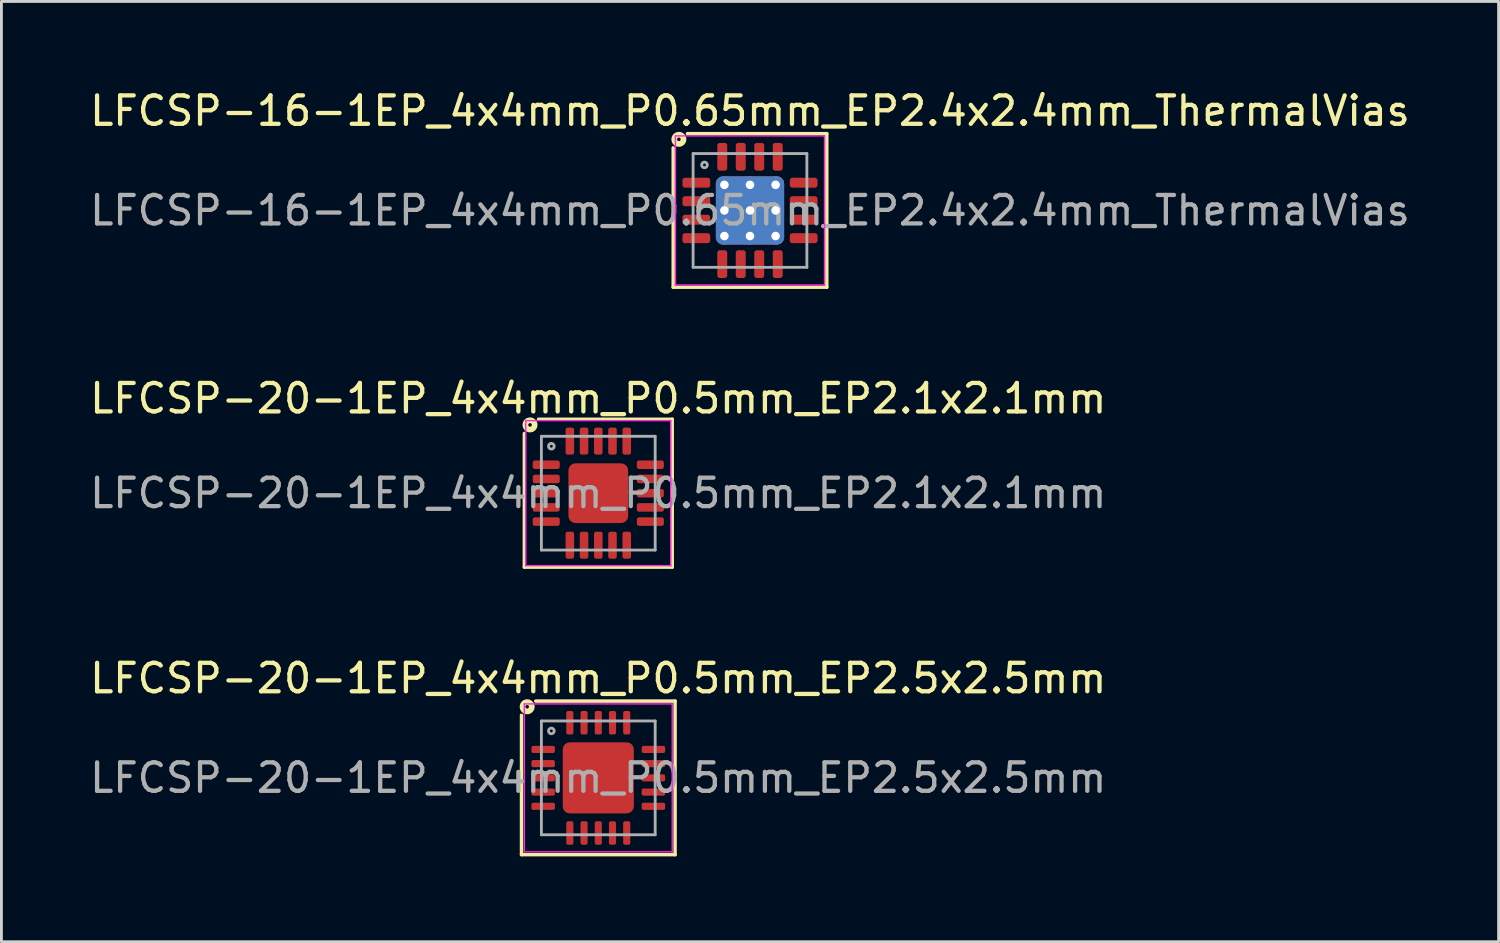
<source format=kicad_pcb>
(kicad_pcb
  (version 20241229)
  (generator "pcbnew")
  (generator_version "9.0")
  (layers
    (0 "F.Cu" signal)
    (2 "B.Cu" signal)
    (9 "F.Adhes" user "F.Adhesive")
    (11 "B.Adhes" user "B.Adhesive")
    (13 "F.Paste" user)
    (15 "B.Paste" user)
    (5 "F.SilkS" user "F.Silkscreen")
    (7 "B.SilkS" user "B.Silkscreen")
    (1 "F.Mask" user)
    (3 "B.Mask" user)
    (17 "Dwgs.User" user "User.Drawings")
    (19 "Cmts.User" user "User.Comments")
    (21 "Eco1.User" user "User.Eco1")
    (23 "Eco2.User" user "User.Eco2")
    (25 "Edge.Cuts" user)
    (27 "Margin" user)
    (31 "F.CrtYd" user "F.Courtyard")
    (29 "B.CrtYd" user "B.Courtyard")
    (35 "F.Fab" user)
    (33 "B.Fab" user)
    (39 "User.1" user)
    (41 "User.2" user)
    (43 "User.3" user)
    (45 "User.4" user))
  (footprint "LFCSP-20-1EP_4x4mm_P0.5mm_EP2.5x2.5mm"
    (layer "F.Cu")
    (at 17.982 24.295)
    (property "Reference" "LFCSP-20-1EP_4x4mm_P0.5mm_EP2.5x2.5mm" (at 0 -3.5 0) (layer "F.SilkS") (effects (font (size 1 1) (thickness 0.15))))
    (attr smd)
    (fp_line (start -2.7 2.7) (end -2.7 -2.2) (stroke (width 0.12) (type solid)) (layer "F.SilkS"))
    (fp_line (start 2.7 -2.7) (end -2.2 -2.7) (stroke (width 0.12) (type solid)) (layer "F.SilkS"))
    (fp_line (start 2.7 -2.7) (end 2.7 2.7) (stroke (width 0.12) (type solid)) (layer "F.SilkS"))
    (fp_line (start 2.7 2.7) (end -2.7 2.7) (stroke (width 0.12) (type solid)) (layer "F.SilkS"))
    (fp_circle (center -2.5 -2.5) (end -2.437 -2.5) (stroke (width 0.2) (type solid)) (fill no) (layer "F.SilkS"))
    (fp_line (start -2.6 -2.6) (end -2.6 2.6) (stroke (width 0.05) (type solid)) (layer "F.CrtYd"))
    (fp_line (start -2.6 2.6) (end 2.6 2.6) (stroke (width 0.05) (type solid)) (layer "F.CrtYd"))
    (fp_line (start 2.6 -2.6) (end -2.6 -2.6) (stroke (width 0.05) (type solid)) (layer "F.CrtYd"))
    (fp_line (start 2.6 2.6) (end 2.6 -2.6) (stroke (width 0.05) (type solid)) (layer "F.CrtYd"))
    (fp_line (start -2 -2) (end 2 -2) (stroke (width 0.1) (type solid)) (layer "F.Fab"))
    (fp_line (start -2 2) (end -2 -2) (stroke (width 0.1) (type solid)) (layer "F.Fab"))
    (fp_line (start 2 -2) (end 2 2) (stroke (width 0.1) (type solid)) (layer "F.Fab"))
    (fp_line (start 2 2) (end -2 2) (stroke (width 0.1) (type solid)) (layer "F.Fab"))
    (fp_circle (center -1.65 -1.65) (end -1.55 -1.65) (stroke (width 0.1) (type solid)) (fill no) (layer "F.Fab"))
    (fp_text user "${REFERENCE}" (at 0 0 0) (layer "F.Fab") (effects (font (size 1 1) (thickness 0.15))))
    (pad "" smd roundrect (at -0.625 -0.625) (size 1.01 1.01) (layers "F.Paste") (roundrect_rratio 0.248))
    (pad "" smd roundrect (at -0.625 0.625) (size 1.01 1.01) (layers "F.Paste") (roundrect_rratio 0.248))
    (pad "" smd roundrect (at 0.625 -0.625) (size 1.01 1.01) (layers "F.Paste") (roundrect_rratio 0.248))
    (pad "" smd roundrect (at 0.625 0.625) (size 1.01 1.01) (layers "F.Paste") (roundrect_rratio 0.248))
    (pad "1" smd roundrect (at -1.938 -1) (size 0.825 0.25) (layers "F.Cu" "F.Mask" "F.Paste") (roundrect_rratio 0.25))
    (pad "2" smd roundrect (at -1.938 -0.5) (size 0.825 0.25) (layers "F.Cu" "F.Mask" "F.Paste") (roundrect_rratio 0.25))
    (pad "3" smd roundrect (at -1.938 0) (size 0.825 0.25) (layers "F.Cu" "F.Mask" "F.Paste") (roundrect_rratio 0.25))
    (pad "4" smd roundrect (at -1.938 0.5) (size 0.825 0.25) (layers "F.Cu" "F.Mask" "F.Paste") (roundrect_rratio 0.25))
    (pad "5" smd roundrect (at -1.938 1) (size 0.825 0.25) (layers "F.Cu" "F.Mask" "F.Paste") (roundrect_rratio 0.25))
    (pad "6" smd roundrect (at -1 1.938) (size 0.25 0.825) (layers "F.Cu" "F.Mask" "F.Paste") (roundrect_rratio 0.25))
    (pad "7" smd roundrect (at -0.5 1.938) (size 0.25 0.825) (layers "F.Cu" "F.Mask" "F.Paste") (roundrect_rratio 0.25))
    (pad "8" smd roundrect (at 0 1.938) (size 0.25 0.825) (layers "F.Cu" "F.Mask" "F.Paste") (roundrect_rratio 0.25))
    (pad "9" smd roundrect (at 0.5 1.938) (size 0.25 0.825) (layers "F.Cu" "F.Mask" "F.Paste") (roundrect_rratio 0.25))
    (pad "10" smd roundrect (at 1 1.938) (size 0.25 0.825) (layers "F.Cu" "F.Mask" "F.Paste") (roundrect_rratio 0.25))
    (pad "11" smd roundrect (at 1.938 1) (size 0.825 0.25) (layers "F.Cu" "F.Mask" "F.Paste") (roundrect_rratio 0.25))
    (pad "12" smd roundrect (at 1.938 0.5) (size 0.825 0.25) (layers "F.Cu" "F.Mask" "F.Paste") (roundrect_rratio 0.25))
    (pad "13" smd roundrect (at 1.938 0) (size 0.825 0.25) (layers "F.Cu" "F.Mask" "F.Paste") (roundrect_rratio 0.25))
    (pad "14" smd roundrect (at 1.938 -0.5) (size 0.825 0.25) (layers "F.Cu" "F.Mask" "F.Paste") (roundrect_rratio 0.25))
    (pad "15" smd roundrect (at 1.938 -1) (size 0.825 0.25) (layers "F.Cu" "F.Mask" "F.Paste") (roundrect_rratio 0.25))
    (pad "16" smd roundrect (at 1 -1.938) (size 0.25 0.825) (layers "F.Cu" "F.Mask" "F.Paste") (roundrect_rratio 0.25))
    (pad "17" smd roundrect (at 0.5 -1.938) (size 0.25 0.825) (layers "F.Cu" "F.Mask" "F.Paste") (roundrect_rratio 0.25))
    (pad "18" smd roundrect (at 0 -1.938) (size 0.25 0.825) (layers "F.Cu" "F.Mask" "F.Paste") (roundrect_rratio 0.25))
    (pad "19" smd roundrect (at -0.5 -1.938) (size 0.25 0.825) (layers "F.Cu" "F.Mask" "F.Paste") (roundrect_rratio 0.25))
    (pad "20" smd roundrect (at -1 -1.938) (size 0.25 0.825) (layers "F.Cu" "F.Mask" "F.Paste") (roundrect_rratio 0.25))
    (pad "21" smd roundrect (at 0 0) (size 2.5 2.5) (layers "F.Cu" "F.Mask") (roundrect_rratio 0.1)))
  (footprint "LFCSP-16-1EP_4x4mm_P0.65mm_EP2.4x2.4mm_ThermalVias"
    (layer "F.Cu")
    (at 23.315 4.348)
    (property "Reference" "LFCSP-16-1EP_4x4mm_P0.65mm_EP2.4x2.4mm_ThermalVias" (at 0 -3.5 0) (layer "F.SilkS") (effects (font (size 1 1) (thickness 0.15))))
    (attr smd)
    (fp_line (start -2.7 2.7) (end -2.7 -2.2) (stroke (width 0.12) (type solid)) (layer "F.SilkS"))
    (fp_line (start 2.7 -2.7) (end -2.2 -2.7) (stroke (width 0.12) (type solid)) (layer "F.SilkS"))
    (fp_line (start 2.7 -2.7) (end 2.7 2.7) (stroke (width 0.12) (type solid)) (layer "F.SilkS"))
    (fp_line (start 2.7 2.7) (end -2.7 2.7) (stroke (width 0.12) (type solid)) (layer "F.SilkS"))
    (fp_circle (center -2.5 -2.5) (end -2.437 -2.5) (stroke (width 0.2) (type solid)) (fill no) (layer "F.SilkS"))
    (fp_line (start -2.62 -2.62) (end -2.62 2.62) (stroke (width 0.05) (type solid)) (layer "F.CrtYd"))
    (fp_line (start -2.62 2.62) (end 2.62 2.62) (stroke (width 0.05) (type solid)) (layer "F.CrtYd"))
    (fp_line (start 2.62 -2.62) (end -2.62 -2.62) (stroke (width 0.05) (type solid)) (layer "F.CrtYd"))
    (fp_line (start 2.62 2.62) (end 2.62 -2.62) (stroke (width 0.05) (type solid)) (layer "F.CrtYd"))
    (fp_line (start -2 -2) (end 2 -2) (stroke (width 0.1) (type solid)) (layer "F.Fab"))
    (fp_line (start -2 2) (end -2 -2) (stroke (width 0.1) (type solid)) (layer "F.Fab"))
    (fp_line (start 2 -2) (end 2 2) (stroke (width 0.1) (type solid)) (layer "F.Fab"))
    (fp_line (start 2 2) (end -2 2) (stroke (width 0.1) (type solid)) (layer "F.Fab"))
    (fp_circle (center -1.6 -1.6) (end -1.5 -1.6) (stroke (width 0.1) (type solid)) (fill no) (layer "F.Fab"))
    (fp_text user "${REFERENCE}" (at 0 0 0) (layer "F.Fab") (effects (font (size 1 1) (thickness 0.15))))
    (pad "" smd roundrect (at -0.6 -0.6) (size 1.04 1.04) (layers "F.Paste") (roundrect_rratio 0.24))
    (pad "" smd roundrect (at -0.6 0.6) (size 1.04 1.04) (layers "F.Paste") (roundrect_rratio 0.24))
    (pad "" smd roundrect (at 0.6 -0.6) (size 1.04 1.04) (layers "F.Paste") (roundrect_rratio 0.24))
    (pad "" smd roundrect (at 0.6 0.6) (size 1.04 1.04) (layers "F.Paste") (roundrect_rratio 0.24))
    (pad "1" smd roundrect (at -1.887 -0.975) (size 0.975 0.35) (layers "F.Cu" "F.Mask" "F.Paste") (roundrect_rratio 0.25))
    (pad "2" smd roundrect (at -1.887 -0.325) (size 0.975 0.35) (layers "F.Cu" "F.Mask" "F.Paste") (roundrect_rratio 0.25))
    (pad "3" smd roundrect (at -1.887 0.325) (size 0.975 0.35) (layers "F.Cu" "F.Mask" "F.Paste") (roundrect_rratio 0.25))
    (pad "4" smd roundrect (at -1.887 0.975) (size 0.975 0.35) (layers "F.Cu" "F.Mask" "F.Paste") (roundrect_rratio 0.25))
    (pad "5" smd roundrect (at -0.975 1.887) (size 0.35 0.975) (layers "F.Cu" "F.Mask" "F.Paste") (roundrect_rratio 0.25))
    (pad "6" smd roundrect (at -0.325 1.887) (size 0.35 0.975) (layers "F.Cu" "F.Mask" "F.Paste") (roundrect_rratio 0.25))
    (pad "7" smd roundrect (at 0.325 1.887) (size 0.35 0.975) (layers "F.Cu" "F.Mask" "F.Paste") (roundrect_rratio 0.25))
    (pad "8" smd roundrect (at 0.975 1.887) (size 0.35 0.975) (layers "F.Cu" "F.Mask" "F.Paste") (roundrect_rratio 0.25))
    (pad "9" smd roundrect (at 1.887 0.975) (size 0.975 0.35) (layers "F.Cu" "F.Mask" "F.Paste") (roundrect_rratio 0.25))
    (pad "10" smd roundrect (at 1.887 0.325) (size 0.975 0.35) (layers "F.Cu" "F.Mask" "F.Paste") (roundrect_rratio 0.25))
    (pad "11" smd roundrect (at 1.887 -0.325) (size 0.975 0.35) (layers "F.Cu" "F.Mask" "F.Paste") (roundrect_rratio 0.25))
    (pad "12" smd roundrect (at 1.887 -0.975) (size 0.975 0.35) (layers "F.Cu" "F.Mask" "F.Paste") (roundrect_rratio 0.25))
    (pad "13" smd roundrect (at 0.975 -1.887) (size 0.35 0.975) (layers "F.Cu" "F.Mask" "F.Paste") (roundrect_rratio 0.25))
    (pad "14" smd roundrect (at 0.325 -1.887) (size 0.35 0.975) (layers "F.Cu" "F.Mask" "F.Paste") (roundrect_rratio 0.25))
    (pad "15" smd roundrect (at -0.325 -1.887) (size 0.35 0.975) (layers "F.Cu" "F.Mask" "F.Paste") (roundrect_rratio 0.25))
    (pad "16" smd roundrect (at -0.975 -1.887) (size 0.35 0.975) (layers "F.Cu" "F.Mask" "F.Paste") (roundrect_rratio 0.25))
    (pad "17" thru_hole circle (at -0.9 -0.9) (size 0.6 0.6) (drill 0.3) (property pad_prop_heatsink) (layers "*.Cu"))
    (pad "17" thru_hole circle (at -0.9 0) (size 0.6 0.6) (drill 0.3) (property pad_prop_heatsink) (layers "*.Cu"))
    (pad "17" thru_hole circle (at -0.9 0.9) (size 0.6 0.6) (drill 0.3) (property pad_prop_heatsink) (layers "*.Cu"))
    (pad "17" thru_hole circle (at 0 -0.9) (size 0.6 0.6) (drill 0.3) (property pad_prop_heatsink) (layers "*.Cu"))
    (pad "17" thru_hole circle (at 0 0) (size 0.6 0.6) (drill 0.3) (property pad_prop_heatsink) (layers "*.Cu"))
    (pad "17" smd roundrect (at 0 0) (size 2.4 2.4) (layers "F.Cu" "F.Mask") (roundrect_rratio 0.104))
    (pad "17" smd roundrect (at 0 0) (size 2.4 2.4) (layers "B.Cu" "B.Mask") (roundrect_rratio 0.104))
    (pad "17" thru_hole circle (at 0 0.9) (size 0.6 0.6) (drill 0.3) (property pad_prop_heatsink) (layers "*.Cu"))
    (pad "17" thru_hole circle (at 0.9 -0.9) (size 0.6 0.6) (drill 0.3) (property pad_prop_heatsink) (layers "*.Cu"))
    (pad "17" thru_hole circle (at 0.9 0) (size 0.6 0.6) (drill 0.3) (property pad_prop_heatsink) (layers "*.Cu"))
    (pad "17" thru_hole circle (at 0.9 0.9) (size 0.6 0.6) (drill 0.3) (property pad_prop_heatsink) (layers "*.Cu")))
  (footprint "LFCSP-20-1EP_4x4mm_P0.5mm_EP2.1x2.1mm"
    (layer "F.Cu")
    (at 17.982 14.287)
    (property "Reference" "LFCSP-20-1EP_4x4mm_P0.5mm_EP2.1x2.1mm" (at 0 -3.33 0) (layer "F.SilkS") (effects (font (size 1 1) (thickness 0.15))))
    (attr smd)
    (fp_line (start -2.6 2.6) (end -2.6 -2.1) (stroke (width 0.12) (type solid)) (layer "F.SilkS"))
    (fp_line (start 2.6 -2.6) (end -2.1 -2.6) (stroke (width 0.12) (type solid)) (layer "F.SilkS"))
    (fp_line (start 2.6 -2.6) (end 2.6 2.6) (stroke (width 0.12) (type solid)) (layer "F.SilkS"))
    (fp_line (start 2.6 2.6) (end -2.6 2.6) (stroke (width 0.12) (type solid)) (layer "F.SilkS"))
    (fp_circle (center -2.4 -2.4) (end -2.337 -2.4) (stroke (width 0.2) (type solid)) (fill no) (layer "F.SilkS"))
    (fp_line (start -2.55 -2.55) (end -2.55 2.55) (stroke (width 0.05) (type solid)) (layer "F.CrtYd"))
    (fp_line (start -2.55 -2.55) (end 2.55 -2.55) (stroke (width 0.05) (type solid)) (layer "F.CrtYd"))
    (fp_line (start -2.55 2.55) (end 2.55 2.55) (stroke (width 0.05) (type solid)) (layer "F.CrtYd"))
    (fp_line (start 2.55 -2.55) (end 2.55 2.55) (stroke (width 0.05) (type solid)) (layer "F.CrtYd"))
    (fp_line (start -2 -2) (end 2 -2) (stroke (width 0.1) (type solid)) (layer "F.Fab"))
    (fp_line (start -2 2) (end -2 -2) (stroke (width 0.1) (type solid)) (layer "F.Fab"))
    (fp_line (start 2 -2) (end 2 2) (stroke (width 0.1) (type solid)) (layer "F.Fab"))
    (fp_line (start 2 2) (end -2 2) (stroke (width 0.1) (type solid)) (layer "F.Fab"))
    (fp_circle (center -1.65 -1.65) (end -1.55 -1.65) (stroke (width 0.1) (type solid)) (fill no) (layer "F.Fab"))
    (fp_text user "${REFERENCE}" (at 0 0 0) (layer "F.Fab") (effects (font (size 1 1) (thickness 0.15))))
    (pad "" smd roundrect (at -0.525 -0.525) (size 0.86 0.86) (layers "F.Paste") (roundrect_rratio 0.25))
    (pad "" smd roundrect (at -0.525 0.525) (size 0.86 0.86) (layers "F.Paste") (roundrect_rratio 0.25))
    (pad "" smd roundrect (at 0.525 -0.525) (size 0.86 0.86) (layers "F.Paste") (roundrect_rratio 0.25))
    (pad "" smd roundrect (at 0.525 0.525) (size 0.86 0.86) (layers "F.Paste") (roundrect_rratio 0.25))
    (pad "1" smd roundrect (at -1.83 -1) (size 0.95 0.3) (layers "F.Cu" "F.Mask" "F.Paste") (roundrect_rratio 0.25))
    (pad "2" smd roundrect (at -1.83 -0.5) (size 0.95 0.3) (layers "F.Cu" "F.Mask" "F.Paste") (roundrect_rratio 0.25))
    (pad "3" smd roundrect (at -1.83 0) (size 0.95 0.3) (layers "F.Cu" "F.Mask" "F.Paste") (roundrect_rratio 0.25))
    (pad "4" smd roundrect (at -1.83 0.5) (size 0.95 0.3) (layers "F.Cu" "F.Mask" "F.Paste") (roundrect_rratio 0.25))
    (pad "5" smd roundrect (at -1.83 1) (size 0.95 0.3) (layers "F.Cu" "F.Mask" "F.Paste") (roundrect_rratio 0.25))
    (pad "6" smd roundrect (at -1 1.83 90) (size 0.95 0.3) (layers "F.Cu" "F.Mask" "F.Paste") (roundrect_rratio 0.25))
    (pad "7" smd roundrect (at -0.5 1.83 90) (size 0.95 0.3) (layers "F.Cu" "F.Mask" "F.Paste") (roundrect_rratio 0.25))
    (pad "8" smd roundrect (at 0 1.83 90) (size 0.95 0.3) (layers "F.Cu" "F.Mask" "F.Paste") (roundrect_rratio 0.25))
    (pad "9" smd roundrect (at 0.5 1.83 90) (size 0.95 0.3) (layers "F.Cu" "F.Mask" "F.Paste") (roundrect_rratio 0.25))
    (pad "10" smd roundrect (at 1 1.83 90) (size 0.95 0.3) (layers "F.Cu" "F.Mask" "F.Paste") (roundrect_rratio 0.25))
    (pad "11" smd roundrect (at 1.83 1) (size 0.95 0.3) (layers "F.Cu" "F.Mask" "F.Paste") (roundrect_rratio 0.25))
    (pad "12" smd roundrect (at 1.83 0.5) (size 0.95 0.3) (layers "F.Cu" "F.Mask" "F.Paste") (roundrect_rratio 0.25))
    (pad "13" smd roundrect (at 1.83 0) (size 0.95 0.3) (layers "F.Cu" "F.Mask" "F.Paste") (roundrect_rratio 0.25))
    (pad "14" smd roundrect (at 1.83 -0.5) (size 0.95 0.3) (layers "F.Cu" "F.Mask" "F.Paste") (roundrect_rratio 0.25))
    (pad "15" smd roundrect (at 1.83 -1) (size 0.95 0.3) (layers "F.Cu" "F.Mask" "F.Paste") (roundrect_rratio 0.25))
    (pad "16" smd roundrect (at 1 -1.83 90) (size 0.95 0.3) (layers "F.Cu" "F.Mask" "F.Paste") (roundrect_rratio 0.25))
    (pad "17" smd roundrect (at 0.5 -1.83 90) (size 0.95 0.3) (layers "F.Cu" "F.Mask" "F.Paste") (roundrect_rratio 0.25))
    (pad "18" smd roundrect (at 0 -1.83 90) (size 0.95 0.3) (layers "F.Cu" "F.Mask" "F.Paste") (roundrect_rratio 0.25))
    (pad "19" smd roundrect (at -0.5 -1.83 90) (size 0.95 0.3) (layers "F.Cu" "F.Mask" "F.Paste") (roundrect_rratio 0.25))
    (pad "20" smd roundrect (at -1 -1.83 90) (size 0.95 0.3) (layers "F.Cu" "F.Mask" "F.Paste") (roundrect_rratio 0.25))
    (pad "21" smd roundrect (at 0 0) (size 2.1 2.1) (layers "F.Cu" "F.Mask") (roundrect_rratio 0.119)))
  (gr_rect
    (start -3 -3)
    (end 49.631 30.055)
    (stroke (width 0.1) (type default))
    (fill no)
    (layer "Edge.Cuts")))
</source>
